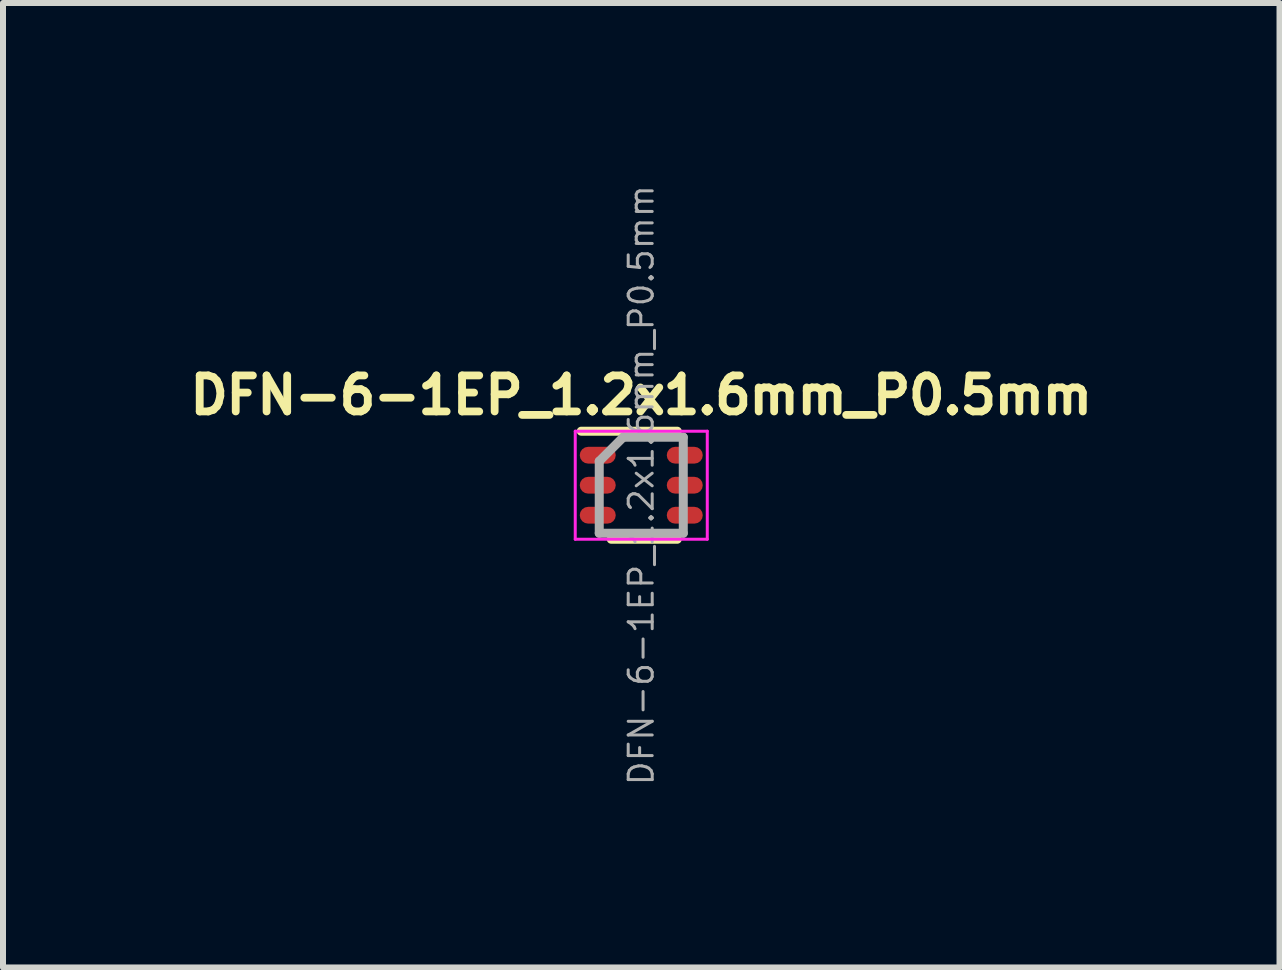
<source format=kicad_pcb>
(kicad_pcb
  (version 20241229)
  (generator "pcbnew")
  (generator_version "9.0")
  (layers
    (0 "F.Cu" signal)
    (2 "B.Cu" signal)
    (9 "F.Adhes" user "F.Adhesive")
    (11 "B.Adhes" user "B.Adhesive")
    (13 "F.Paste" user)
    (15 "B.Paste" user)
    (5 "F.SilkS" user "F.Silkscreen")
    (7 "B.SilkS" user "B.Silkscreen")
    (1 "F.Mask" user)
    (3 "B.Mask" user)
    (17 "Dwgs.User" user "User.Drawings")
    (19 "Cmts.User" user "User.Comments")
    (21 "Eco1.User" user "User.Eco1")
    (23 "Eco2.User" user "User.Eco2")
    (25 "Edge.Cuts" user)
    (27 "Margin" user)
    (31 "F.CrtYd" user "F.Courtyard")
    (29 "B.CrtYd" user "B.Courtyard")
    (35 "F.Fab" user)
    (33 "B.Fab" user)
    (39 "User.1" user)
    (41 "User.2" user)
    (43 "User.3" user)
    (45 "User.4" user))
  (footprint "DFN-6-1EP_1.2x1.6mm_P0.5mm"
    (layer "F.Cu")
    (at 7.635 5.035)
    (property "Reference" "DFN-6-1EP_1.2x1.6mm_P0.5mm" (at 0 -1.5 0) (layer "F.SilkS") (effects (font (size 0.6 0.6) (thickness 0.13))))
    (attr smd)
    (fp_line (start -1 -0.9) (end 0.6 -0.9) (stroke (width 0.15) (type solid)) (layer "F.SilkS"))
    (fp_line (start -0.5 0.9) (end 0.6 0.9) (stroke (width 0.15) (type solid)) (layer "F.SilkS"))
    (fp_line (start -1.1 -0.9) (end -1.1 0.9) (stroke (width 0.05) (type solid)) (layer "F.CrtYd"))
    (fp_line (start -1.1 -0.9) (end 1.1 -0.9) (stroke (width 0.05) (type solid)) (layer "F.CrtYd"))
    (fp_line (start -1.1 0.9) (end 1.1 0.9) (stroke (width 0.05) (type solid)) (layer "F.CrtYd"))
    (fp_line (start 1.1 -0.9) (end 1.1 0.9) (stroke (width 0.05) (type solid)) (layer "F.CrtYd"))
    (fp_line (start -0.7 -0.4) (end -0.3 -0.8) (stroke (width 0.15) (type solid)) (layer "F.Fab"))
    (fp_line (start -0.7 0.8) (end -0.7 -0.4) (stroke (width 0.15) (type solid)) (layer "F.Fab"))
    (fp_line (start -0.3 -0.8) (end 0.7 -0.8) (stroke (width 0.15) (type solid)) (layer "F.Fab"))
    (fp_line (start 0.7 -0.8) (end 0.7 0.8) (stroke (width 0.15) (type solid)) (layer "F.Fab"))
    (fp_line (start 0.7 0.8) (end -0.7 0.8) (stroke (width 0.15) (type solid)) (layer "F.Fab"))
    (fp_text user "${REFERENCE}" (at 0 0 90) (layer "F.Fab") (effects (font (size 0.4 0.4) (thickness 0.05))))
    (pad "1" smd roundrect (at -0.725 -0.5) (size 0.6 0.28) (layers "F.Cu" "F.Mask" "F.Paste") (roundrect_rratio 0.5))
    (pad "2" smd roundrect (at -0.725 0) (size 0.6 0.28) (layers "F.Cu" "F.Mask" "F.Paste") (roundrect_rratio 0.5))
    (pad "3" smd roundrect (at -0.725 0.5) (size 0.6 0.28) (layers "F.Cu" "F.Mask" "F.Paste") (roundrect_rratio 0.5))
    (pad "4" smd roundrect (at 0.725 0.5) (size 0.6 0.28) (layers "F.Cu" "F.Mask" "F.Paste") (roundrect_rratio 0.5))
    (pad "5" smd roundrect (at 0.725 0) (size 0.6 0.28) (layers "F.Cu" "F.Mask" "F.Paste") (roundrect_rratio 0.5))
    (pad "6" smd roundrect (at 0.725 -0.5) (size 0.6 0.28) (layers "F.Cu" "F.Mask" "F.Paste") (roundrect_rratio 0.5)))
  (gr_rect
    (start -3 -3)
    (end 18.27 13.07)
    (stroke (width 0.1) (type default))
    (fill no)
    (layer "Edge.Cuts")))
</source>
